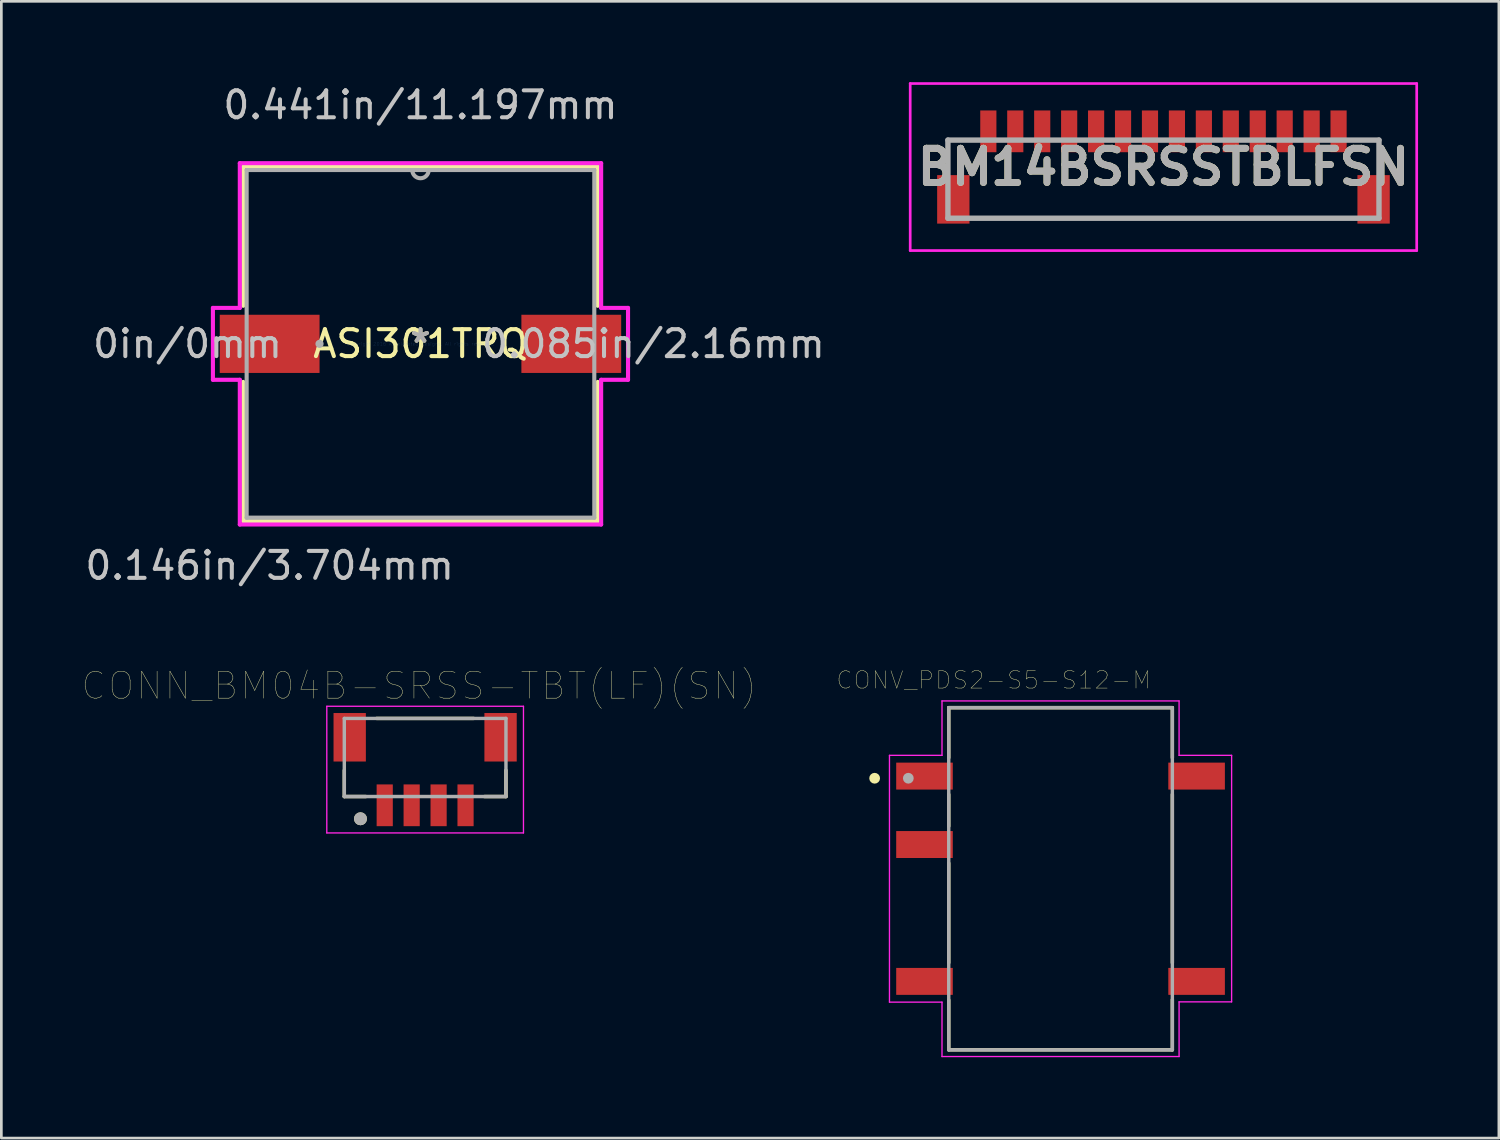
<source format=kicad_pcb>
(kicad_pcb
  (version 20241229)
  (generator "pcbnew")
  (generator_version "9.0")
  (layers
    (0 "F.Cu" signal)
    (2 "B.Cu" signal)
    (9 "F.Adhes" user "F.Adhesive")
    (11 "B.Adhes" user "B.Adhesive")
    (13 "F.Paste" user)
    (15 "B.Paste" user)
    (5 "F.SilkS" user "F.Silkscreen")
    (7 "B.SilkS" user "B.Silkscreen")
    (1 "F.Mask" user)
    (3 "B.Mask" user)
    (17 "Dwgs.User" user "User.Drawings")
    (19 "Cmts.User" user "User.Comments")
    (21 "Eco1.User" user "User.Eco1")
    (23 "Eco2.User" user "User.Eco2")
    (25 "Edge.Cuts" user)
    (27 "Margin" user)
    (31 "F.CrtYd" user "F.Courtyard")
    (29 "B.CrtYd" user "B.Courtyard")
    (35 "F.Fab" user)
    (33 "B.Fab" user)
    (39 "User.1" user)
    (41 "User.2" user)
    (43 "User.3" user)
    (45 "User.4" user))
  (footprint "CONN_BM04B-SRSS-TBT(LF)(SN)"
    (layer "F.Cu")
    (at 12.73 26.841)
    (property "Reference" "CONN_BM04B-SRSS-TBT(LF)(SN)" (at -0.225 -4.439 0) (layer "F.SilkS") (effects (font (size 1.001 1.001) (thickness 0.015))))
    (attr through_hole)
    (fp_line (start -3 -1.3) (end -3 -0.325) (stroke (width 0.127) (type solid)) (layer "F.SilkS"))
    (fp_line (start -3 -0.325) (end -2.2 -0.325) (stroke (width 0.127) (type solid)) (layer "F.SilkS"))
    (fp_line (start -1.8 -3.225) (end 1.8 -3.225) (stroke (width 0.127) (type solid)) (layer "F.SilkS"))
    (fp_line (start 3 -1.3) (end 3 -0.325) (stroke (width 0.127) (type solid)) (layer "F.SilkS"))
    (fp_line (start 3 -0.325) (end 2.2 -0.325) (stroke (width 0.127) (type solid)) (layer "F.SilkS"))
    (fp_circle (center -2.4 0.5) (end -2.28 0.5) (stroke (width 0.24) (type solid)) (fill no) (layer "F.SilkS"))
    (fp_line (start -3.65 -3.675) (end 3.65 -3.675) (stroke (width 0.05) (type solid)) (layer "F.CrtYd"))
    (fp_line (start -3.65 1.025) (end -3.65 -3.675) (stroke (width 0.05) (type solid)) (layer "F.CrtYd"))
    (fp_line (start 3.65 -3.675) (end 3.65 1.025) (stroke (width 0.05) (type solid)) (layer "F.CrtYd"))
    (fp_line (start 3.65 1.025) (end -3.65 1.025) (stroke (width 0.05) (type solid)) (layer "F.CrtYd"))
    (fp_line (start -3 -3.225) (end 3 -3.225) (stroke (width 0.127) (type solid)) (layer "F.Fab"))
    (fp_line (start -3 -0.325) (end -3 -3.225) (stroke (width 0.127) (type solid)) (layer "F.Fab"))
    (fp_line (start 3 -3.225) (end 3 -0.325) (stroke (width 0.127) (type solid)) (layer "F.Fab"))
    (fp_line (start 3 -0.325) (end -3 -0.325) (stroke (width 0.127) (type solid)) (layer "F.Fab"))
    (fp_circle (center -2.4 0.5) (end -2.28 0.5) (stroke (width 0.24) (type solid)) (fill no) (layer "F.Fab"))
    (pad "1" smd rect (at -1.5 0) (size 0.6 1.55) (layers "F.Cu" "F.Mask" "F.Paste"))
    (pad "2" smd rect (at -0.5 0) (size 0.6 1.55) (layers "F.Cu" "F.Mask" "F.Paste"))
    (pad "3" smd rect (at 0.5 0) (size 0.6 1.55) (layers "F.Cu" "F.Mask" "F.Paste"))
    (pad "4" smd rect (at 1.5 0) (size 0.6 1.55) (layers "F.Cu" "F.Mask" "F.Paste"))
    (pad "SH1" smd rect (at -2.8 -2.525) (size 1.2 1.8) (layers "F.Cu" "F.Mask" "F.Paste"))
    (pad "SH2" smd rect (at 2.8 -2.525) (size 1.2 1.8) (layers "F.Cu" "F.Mask" "F.Paste")))
  (footprint "BM14BSRSSTBLFSN"
    (layer "F.Cu")
    (at 32.335 4.35)
    (property "Reference" "BM14BSRSSTBLFSN" (at 7.8 -1.2 0) (layer "F.SilkS") (effects (font (size 1.27 1.27) (thickness 0.254))))
    (attr smd)
    (fp_line (start -0.2 -2.2) (end -0.2 -1.5) (stroke (width 0.1) (type solid)) (layer "F.SilkS"))
    (fp_line (start 0.5 -2.2) (end -0.2 -2.2) (stroke (width 0.1) (type solid)) (layer "F.SilkS"))
    (fp_line (start 1 0.7) (end 14.3 0.7) (stroke (width 0.1) (type solid)) (layer "F.SilkS"))
    (fp_line (start 15 -2.2) (end 15.8 -2.2) (stroke (width 0.1) (type solid)) (layer "F.SilkS"))
    (fp_line (start 15.8 -2.2) (end 15.8 -1.5) (stroke (width 0.1) (type solid)) (layer "F.SilkS"))
    (fp_line (start -1.6 -4.3) (end 17.2 -4.3) (stroke (width 0.1) (type solid)) (layer "F.CrtYd"))
    (fp_line (start -1.6 1.9) (end -1.6 -4.3) (stroke (width 0.1) (type solid)) (layer "F.CrtYd"))
    (fp_line (start 17.2 -4.3) (end 17.2 1.9) (stroke (width 0.1) (type solid)) (layer "F.CrtYd"))
    (fp_line (start 17.2 1.9) (end -1.6 1.9) (stroke (width 0.1) (type solid)) (layer "F.CrtYd"))
    (fp_line (start -0.2 -2.2) (end 15.8 -2.2) (stroke (width 0.2) (type solid)) (layer "F.Fab"))
    (fp_line (start -0.2 0.7) (end -0.2 -2.2) (stroke (width 0.2) (type solid)) (layer "F.Fab"))
    (fp_line (start 15.8 -2.2) (end 15.8 0.7) (stroke (width 0.2) (type solid)) (layer "F.Fab"))
    (fp_line (start 15.8 0.7) (end -0.2 0.7) (stroke (width 0.2) (type solid)) (layer "F.Fab"))
    (fp_text user "${REFERENCE}" (at 7.8 -1.2 0) (layer "F.Fab") (effects (font (size 1.27 1.27) (thickness 0.254))))
    (pad "1" smd rect (at 1.3 -2.525) (size 0.6 1.55) (layers "F.Cu" "F.Mask" "F.Paste"))
    (pad "2" smd rect (at 2.3 -2.525) (size 0.6 1.55) (layers "F.Cu" "F.Mask" "F.Paste"))
    (pad "3" smd rect (at 3.3 -2.525) (size 0.6 1.55) (layers "F.Cu" "F.Mask" "F.Paste"))
    (pad "4" smd rect (at 4.3 -2.525) (size 0.6 1.55) (layers "F.Cu" "F.Mask" "F.Paste"))
    (pad "5" smd rect (at 5.3 -2.525) (size 0.6 1.55) (layers "F.Cu" "F.Mask" "F.Paste"))
    (pad "6" smd rect (at 6.3 -2.525) (size 0.6 1.55) (layers "F.Cu" "F.Mask" "F.Paste"))
    (pad "7" smd rect (at 7.3 -2.525) (size 0.6 1.55) (layers "F.Cu" "F.Mask" "F.Paste"))
    (pad "8" smd rect (at 8.3 -2.525) (size 0.6 1.55) (layers "F.Cu" "F.Mask" "F.Paste"))
    (pad "9" smd rect (at 9.3 -2.525) (size 0.6 1.55) (layers "F.Cu" "F.Mask" "F.Paste"))
    (pad "10" smd rect (at 10.3 -2.525) (size 0.6 1.55) (layers "F.Cu" "F.Mask" "F.Paste"))
    (pad "11" smd rect (at 11.3 -2.525) (size 0.6 1.55) (layers "F.Cu" "F.Mask" "F.Paste"))
    (pad "12" smd rect (at 12.3 -2.525) (size 0.6 1.55) (layers "F.Cu" "F.Mask" "F.Paste"))
    (pad "13" smd rect (at 13.3 -2.525) (size 0.6 1.55) (layers "F.Cu" "F.Mask" "F.Paste"))
    (pad "14" smd rect (at 14.3 -2.525) (size 0.6 1.55) (layers "F.Cu" "F.Mask" "F.Paste"))
    (pad "MP1" smd rect (at 0 0) (size 1.2 1.8) (layers "F.Cu" "F.Mask" "F.Paste"))
    (pad "MP2" smd rect (at 15.6 0) (size 1.2 1.8) (layers "F.Cu" "F.Mask" "F.Paste")))
  (footprint "ASI301TRQ"
    (layer "F.Cu")
    (at 12.557 9.713)
    (property "Reference" "ASI301TRQ" (at 0 0 0) (layer "F.SilkS") (effects (font (size 1 1) (thickness 0.15))))
    (attr through_hole)
    (fp_line (start -6.579 -6.579) (end -6.579 -1.413) (stroke (width 0.152) (type solid)) (layer "F.SilkS"))
    (fp_line (start -6.579 1.413) (end -6.579 6.579) (stroke (width 0.152) (type solid)) (layer "F.SilkS"))
    (fp_line (start -6.579 6.579) (end 6.579 6.579) (stroke (width 0.152) (type solid)) (layer "F.SilkS"))
    (fp_line (start 6.579 -6.579) (end -6.579 -6.579) (stroke (width 0.152) (type solid)) (layer "F.SilkS"))
    (fp_line (start 6.579 -1.413) (end 6.579 -6.579) (stroke (width 0.152) (type solid)) (layer "F.SilkS"))
    (fp_line (start 6.579 6.579) (end 6.579 1.413) (stroke (width 0.152) (type solid)) (layer "F.SilkS"))
    (fp_line (start -7.704 -1.334) (end -6.706 -1.334) (stroke (width 0.152) (type solid)) (layer "F.CrtYd"))
    (fp_line (start -7.704 1.334) (end -7.704 -1.334) (stroke (width 0.152) (type solid)) (layer "F.CrtYd"))
    (fp_line (start -6.706 -6.706) (end 6.706 -6.706) (stroke (width 0.152) (type solid)) (layer "F.CrtYd"))
    (fp_line (start -6.706 -1.334) (end -6.706 -6.706) (stroke (width 0.152) (type solid)) (layer "F.CrtYd"))
    (fp_line (start -6.706 1.334) (end -7.704 1.334) (stroke (width 0.152) (type solid)) (layer "F.CrtYd"))
    (fp_line (start -6.706 6.706) (end -6.706 1.334) (stroke (width 0.152) (type solid)) (layer "F.CrtYd"))
    (fp_line (start 6.706 -6.706) (end 6.706 -1.334) (stroke (width 0.152) (type solid)) (layer "F.CrtYd"))
    (fp_line (start 6.706 -1.334) (end 7.704 -1.334) (stroke (width 0.152) (type solid)) (layer "F.CrtYd"))
    (fp_line (start 6.706 1.334) (end 6.706 6.706) (stroke (width 0.152) (type solid)) (layer "F.CrtYd"))
    (fp_line (start 6.706 6.706) (end -6.706 6.706) (stroke (width 0.152) (type solid)) (layer "F.CrtYd"))
    (fp_line (start 7.704 -1.334) (end 7.704 1.334) (stroke (width 0.152) (type solid)) (layer "F.CrtYd"))
    (fp_line (start 7.704 1.334) (end 6.706 1.334) (stroke (width 0.152) (type solid)) (layer "F.CrtYd"))
    (fp_line (start -6.452 -6.452) (end -6.452 6.452) (stroke (width 0.152) (type solid)) (layer "F.Fab"))
    (fp_line (start -6.452 6.452) (end 6.452 6.452) (stroke (width 0.152) (type solid)) (layer "F.Fab"))
    (fp_line (start 6.452 -6.452) (end -6.452 -6.452) (stroke (width 0.152) (type solid)) (layer "F.Fab"))
    (fp_line (start 6.452 6.452) (end 6.452 -6.452) (stroke (width 0.152) (type solid)) (layer "F.Fab"))
    (fp_arc (start 0.3048 -6.4516) (mid 0 -6.1468) (end -0.3048 -6.4516) (stroke (width 0.1524) (type solid)) (layer "F.Fab"))
    (fp_circle (center -3.747 0) (end -3.67 0) (stroke (width 0.152) (type solid)) (fill no) (layer "F.Fab"))
    (fp_text user "*" (at 0 0 0) (layer "F.SilkS") (effects (font (size 1 1) (thickness 0.15))))
    (fp_text user "0.085in/2.16mm" (at 8.646 0 0) (layer "Dwgs.User") (effects (font (size 1 1) (thickness 0.15))))
    (fp_text user "0in/0mm" (at -8.646 0 0) (layer "Dwgs.User") (effects (font (size 1 1) (thickness 0.15))))
    (fp_text user "0.146in/3.704mm" (at -5.598 8.23 0) (layer "Dwgs.User") (effects (font (size 1 1) (thickness 0.15))))
    (fp_text user "0.441in/11.197mm" (at 0 -8.865 0) (layer "Dwgs.User") (effects (font (size 1 1) (thickness 0.15))))
    (fp_text user "Copyright 2016 Accelerated Designs. All rights reserved." (at 0 0 0) (layer "Cmts.User") (effects (font (size 0.127 0.127) (thickness 0.002))))
    (fp_text user "*" (at 0 0 0) (layer "F.Fab") (effects (font (size 1 1) (thickness 0.15))))
    (pad "1" smd rect (at -5.598 0) (size 3.704 2.16) (layers "F.Cu" "F.Mask" "F.Paste"))
    (pad "2" smd rect (at 5.598 0) (size 3.704 2.16) (layers "F.Cu" "F.Mask" "F.Paste")))
  (footprint "CONV_PDS2-S5-S12-M"
    (layer "F.Cu")
    (at 36.315 29.567)
    (property "Reference" "CONV_PDS2-S5-S12-M" (at -2.481 -7.374 0) (layer "F.SilkS") (effects (font (size 0.643 0.643) (thickness 0.015))))
    (attr through_hole)
    (fp_line (start -4.15 -6.35) (end -4.15 -4.49) (stroke (width 0.127) (type solid)) (layer "F.SilkS"))
    (fp_line (start -4.15 -6.35) (end 4.15 -6.35) (stroke (width 0.127) (type solid)) (layer "F.SilkS"))
    (fp_line (start -4.15 -3.13) (end -4.15 -1.95) (stroke (width 0.127) (type solid)) (layer "F.SilkS"))
    (fp_line (start -4.15 -0.58) (end -4.15 3.12) (stroke (width 0.127) (type solid)) (layer "F.SilkS"))
    (fp_line (start -4.15 6.35) (end -4.15 4.5) (stroke (width 0.127) (type solid)) (layer "F.SilkS"))
    (fp_line (start 4.15 -6.35) (end 4.15 -4.49) (stroke (width 0.127) (type solid)) (layer "F.SilkS"))
    (fp_line (start 4.15 3.12) (end 4.15 -3.13) (stroke (width 0.127) (type solid)) (layer "F.SilkS"))
    (fp_line (start 4.15 6.35) (end -4.15 6.35) (stroke (width 0.127) (type solid)) (layer "F.SilkS"))
    (fp_line (start 4.15 6.35) (end 4.15 4.49) (stroke (width 0.127) (type solid)) (layer "F.SilkS"))
    (fp_circle (center -6.9 -3.73) (end -6.8 -3.73) (stroke (width 0.2) (type solid)) (fill no) (layer "F.SilkS"))
    (fp_line (start -6.35 -4.58) (end -4.4 -4.58) (stroke (width 0.05) (type solid)) (layer "F.CrtYd"))
    (fp_line (start -6.35 4.58) (end -6.35 -4.58) (stroke (width 0.05) (type solid)) (layer "F.CrtYd"))
    (fp_line (start -4.4 -6.6) (end 4.4 -6.6) (stroke (width 0.05) (type solid)) (layer "F.CrtYd"))
    (fp_line (start -4.4 -4.58) (end -4.4 -6.6) (stroke (width 0.05) (type solid)) (layer "F.CrtYd"))
    (fp_line (start -4.4 4.58) (end -6.35 4.58) (stroke (width 0.05) (type solid)) (layer "F.CrtYd"))
    (fp_line (start -4.4 6.6) (end -4.4 4.58) (stroke (width 0.05) (type solid)) (layer "F.CrtYd"))
    (fp_line (start 4.4 -6.6) (end 4.4 -4.58) (stroke (width 0.05) (type solid)) (layer "F.CrtYd"))
    (fp_line (start 4.4 -4.58) (end 6.35 -4.58) (stroke (width 0.05) (type solid)) (layer "F.CrtYd"))
    (fp_line (start 4.4 4.57) (end 4.4 6.6) (stroke (width 0.05) (type solid)) (layer "F.CrtYd"))
    (fp_line (start 4.4 6.6) (end -4.4 6.6) (stroke (width 0.05) (type solid)) (layer "F.CrtYd"))
    (fp_line (start 6.35 -4.58) (end 6.35 4.57) (stroke (width 0.05) (type solid)) (layer "F.CrtYd"))
    (fp_line (start 6.35 4.57) (end 4.4 4.57) (stroke (width 0.05) (type solid)) (layer "F.CrtYd"))
    (fp_line (start -4.15 -6.35) (end 4.15 -6.35) (stroke (width 0.127) (type solid)) (layer "F.Fab"))
    (fp_line (start -4.15 6.35) (end -4.15 -6.35) (stroke (width 0.127) (type solid)) (layer "F.Fab"))
    (fp_line (start 4.15 -6.35) (end 4.15 6.35) (stroke (width 0.127) (type solid)) (layer "F.Fab"))
    (fp_line (start 4.15 6.35) (end -4.15 6.35) (stroke (width 0.127) (type solid)) (layer "F.Fab"))
    (fp_circle (center -5.65 -3.73) (end -5.55 -3.73) (stroke (width 0.2) (type solid)) (fill no) (layer "F.Fab"))
    (pad "1" smd rect (at -5.05 -3.81) (size 2.1 1) (layers "F.Cu" "F.Mask" "F.Paste"))
    (pad "2" smd rect (at -5.05 -1.27) (size 2.1 1) (layers "F.Cu" "F.Mask" "F.Paste"))
    (pad "4" smd rect (at -5.05 3.81) (size 2.1 1) (layers "F.Cu" "F.Mask" "F.Paste"))
    (pad "5" smd rect (at 5.05 3.81) (size 2.1 1) (layers "F.Cu" "F.Mask" "F.Paste"))
    (pad "8" smd rect (at 5.05 -3.81) (size 2.1 1) (layers "F.Cu" "F.Mask" "F.Paste")))
  (gr_rect
    (start -3 -3)
    (end 52.585 39.192)
    (stroke (width 0.1) (type default))
    (fill no)
    (layer "Edge.Cuts")))
</source>
